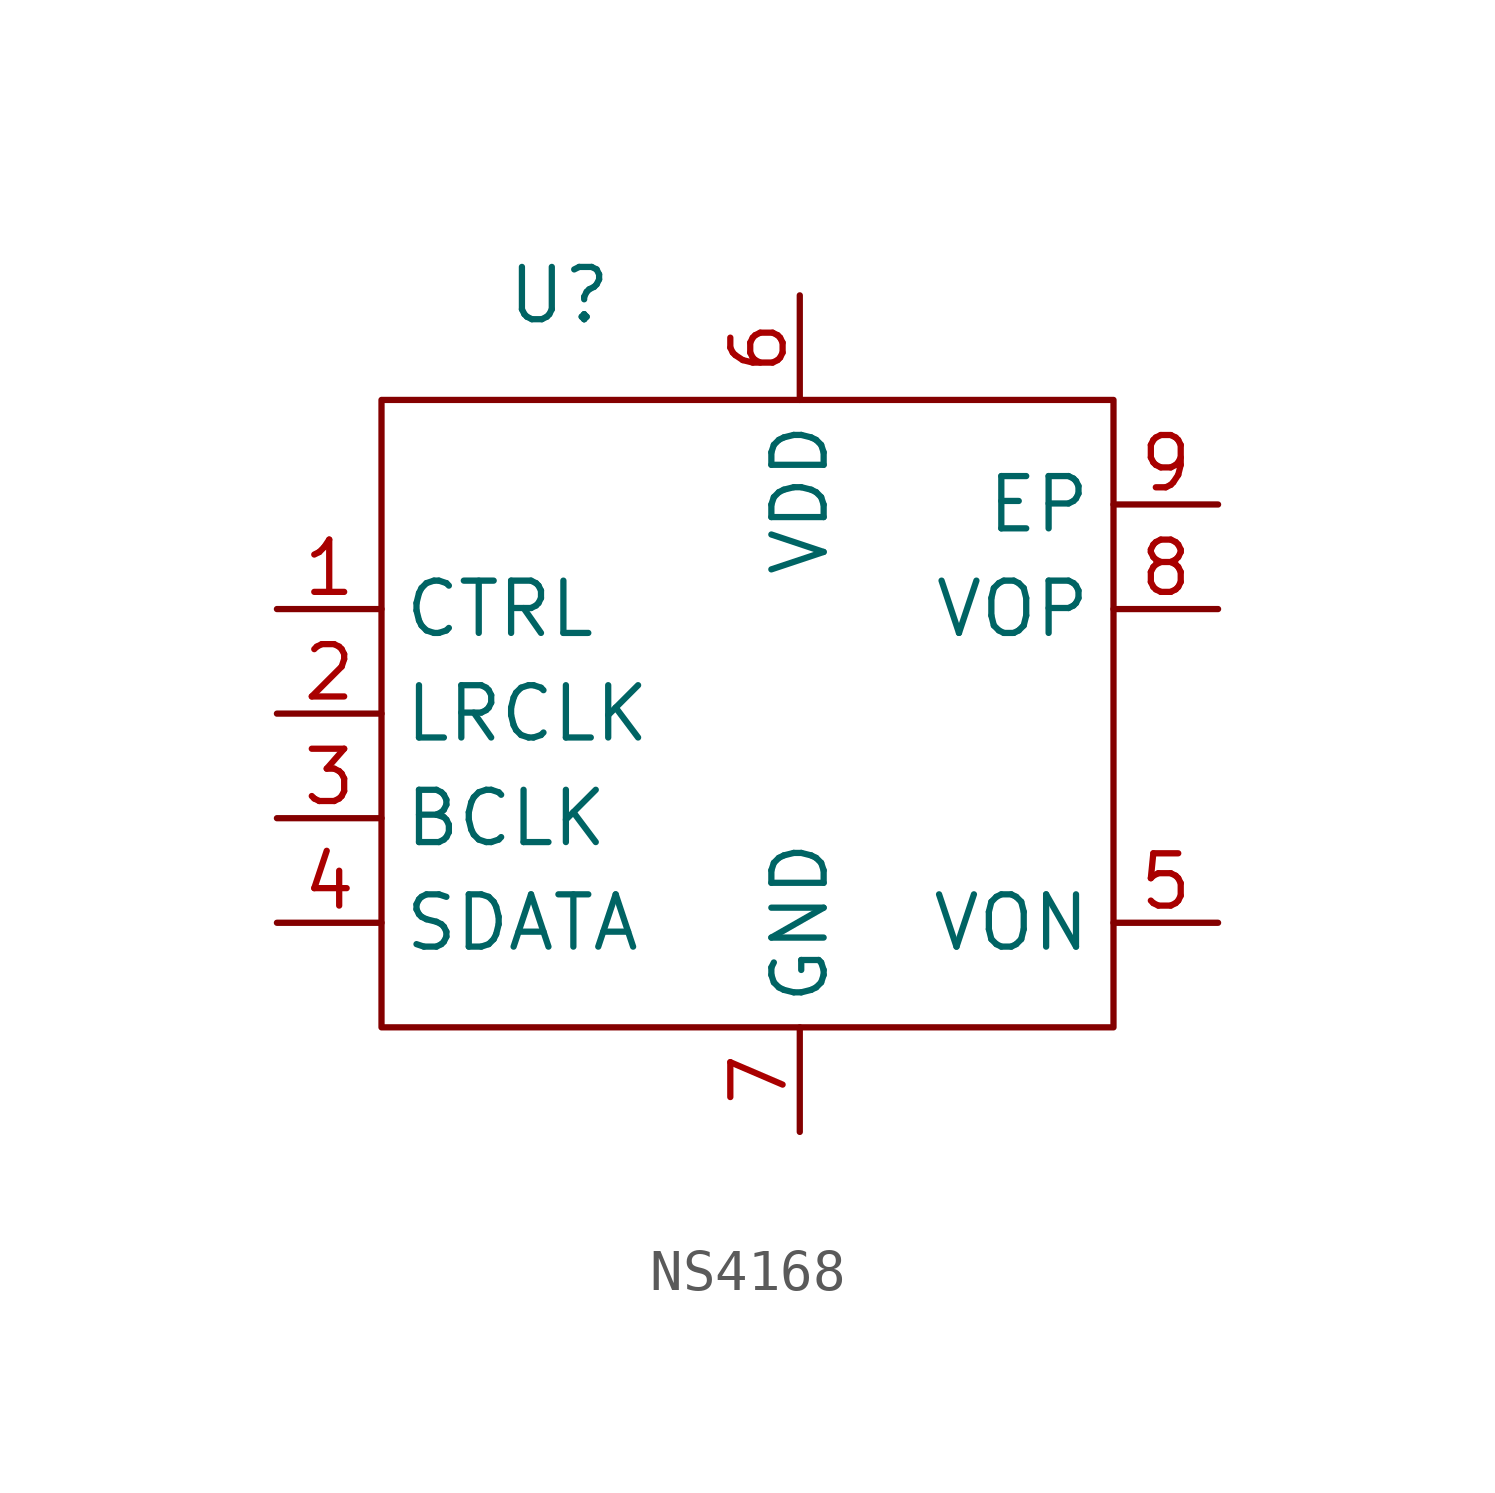
<source format=kicad_sym>
(kicad_symbol_lib
  (version 20231120)
  (generator "kicad_symbol_editor")
  (generator_version "8.0")
  (symbol "NS4168"
    (property "Reference" "U"
      (at -0.762 10.16 0)
      (effects (font (size 1.27 1.27))))
    (property "Value" ""
      (at 0 0 0)
      (effects (font (size 1.27 1.27))))
    (symbol "NS4168_0_1"
      (rectangle (start -5.08 7.62) (end 12.7 -7.62) (stroke (width 0) (type default)) (fill (type none))))
    (symbol "NS4168_1_1"
      (pin passive line (at -7.62 2.54 0) (length 2.54) (name "CTRL" (effects (font (size 1.27 1.27)))) (number "1" (effects (font (size 1.27 1.27)))))
      (pin passive line (at -7.62 0 0) (length 2.54) (name "LRCLK" (effects (font (size 1.27 1.27)))) (number "2" (effects (font (size 1.27 1.27)))))
      (pin passive line (at -7.62 -2.54 0) (length 2.54) (name "BCLK" (effects (font (size 1.27 1.27)))) (number "3" (effects (font (size 1.27 1.27)))))
      (pin passive line (at -7.62 -5.08 0) (length 2.54) (name "SDATA" (effects (font (size 1.27 1.27)))) (number "4" (effects (font (size 1.27 1.27)))))
      (pin power_in line (at 15.24 -5.08 180) (length 2.54) (name "VON" (effects (font (size 1.27 1.27)))) (number "5" (effects (font (size 1.27 1.27)))))
      (pin power_in line (at 5.08 10.16 270) (length 2.54) (name "VDD" (effects (font (size 1.27 1.27)))) (number "6" (effects (font (size 1.27 1.27)))))
      (pin power_in line (at 5.08 -10.16 90) (length 2.54) (name "GND" (effects (font (size 1.27 1.27)))) (number "7" (effects (font (size 1.27 1.27)))))
      (pin passive line (at 15.24 2.54 180) (length 2.54) (name "VOP" (effects (font (size 1.27 1.27)))) (number "8" (effects (font (size 1.27 1.27)))))
      (pin passive line (at 15.24 5.08 180) (length 2.54) (name "EP" (effects (font (size 1.27 1.27)))) (number "9" (effects (font (size 1.27 1.27))))))))
</source>
